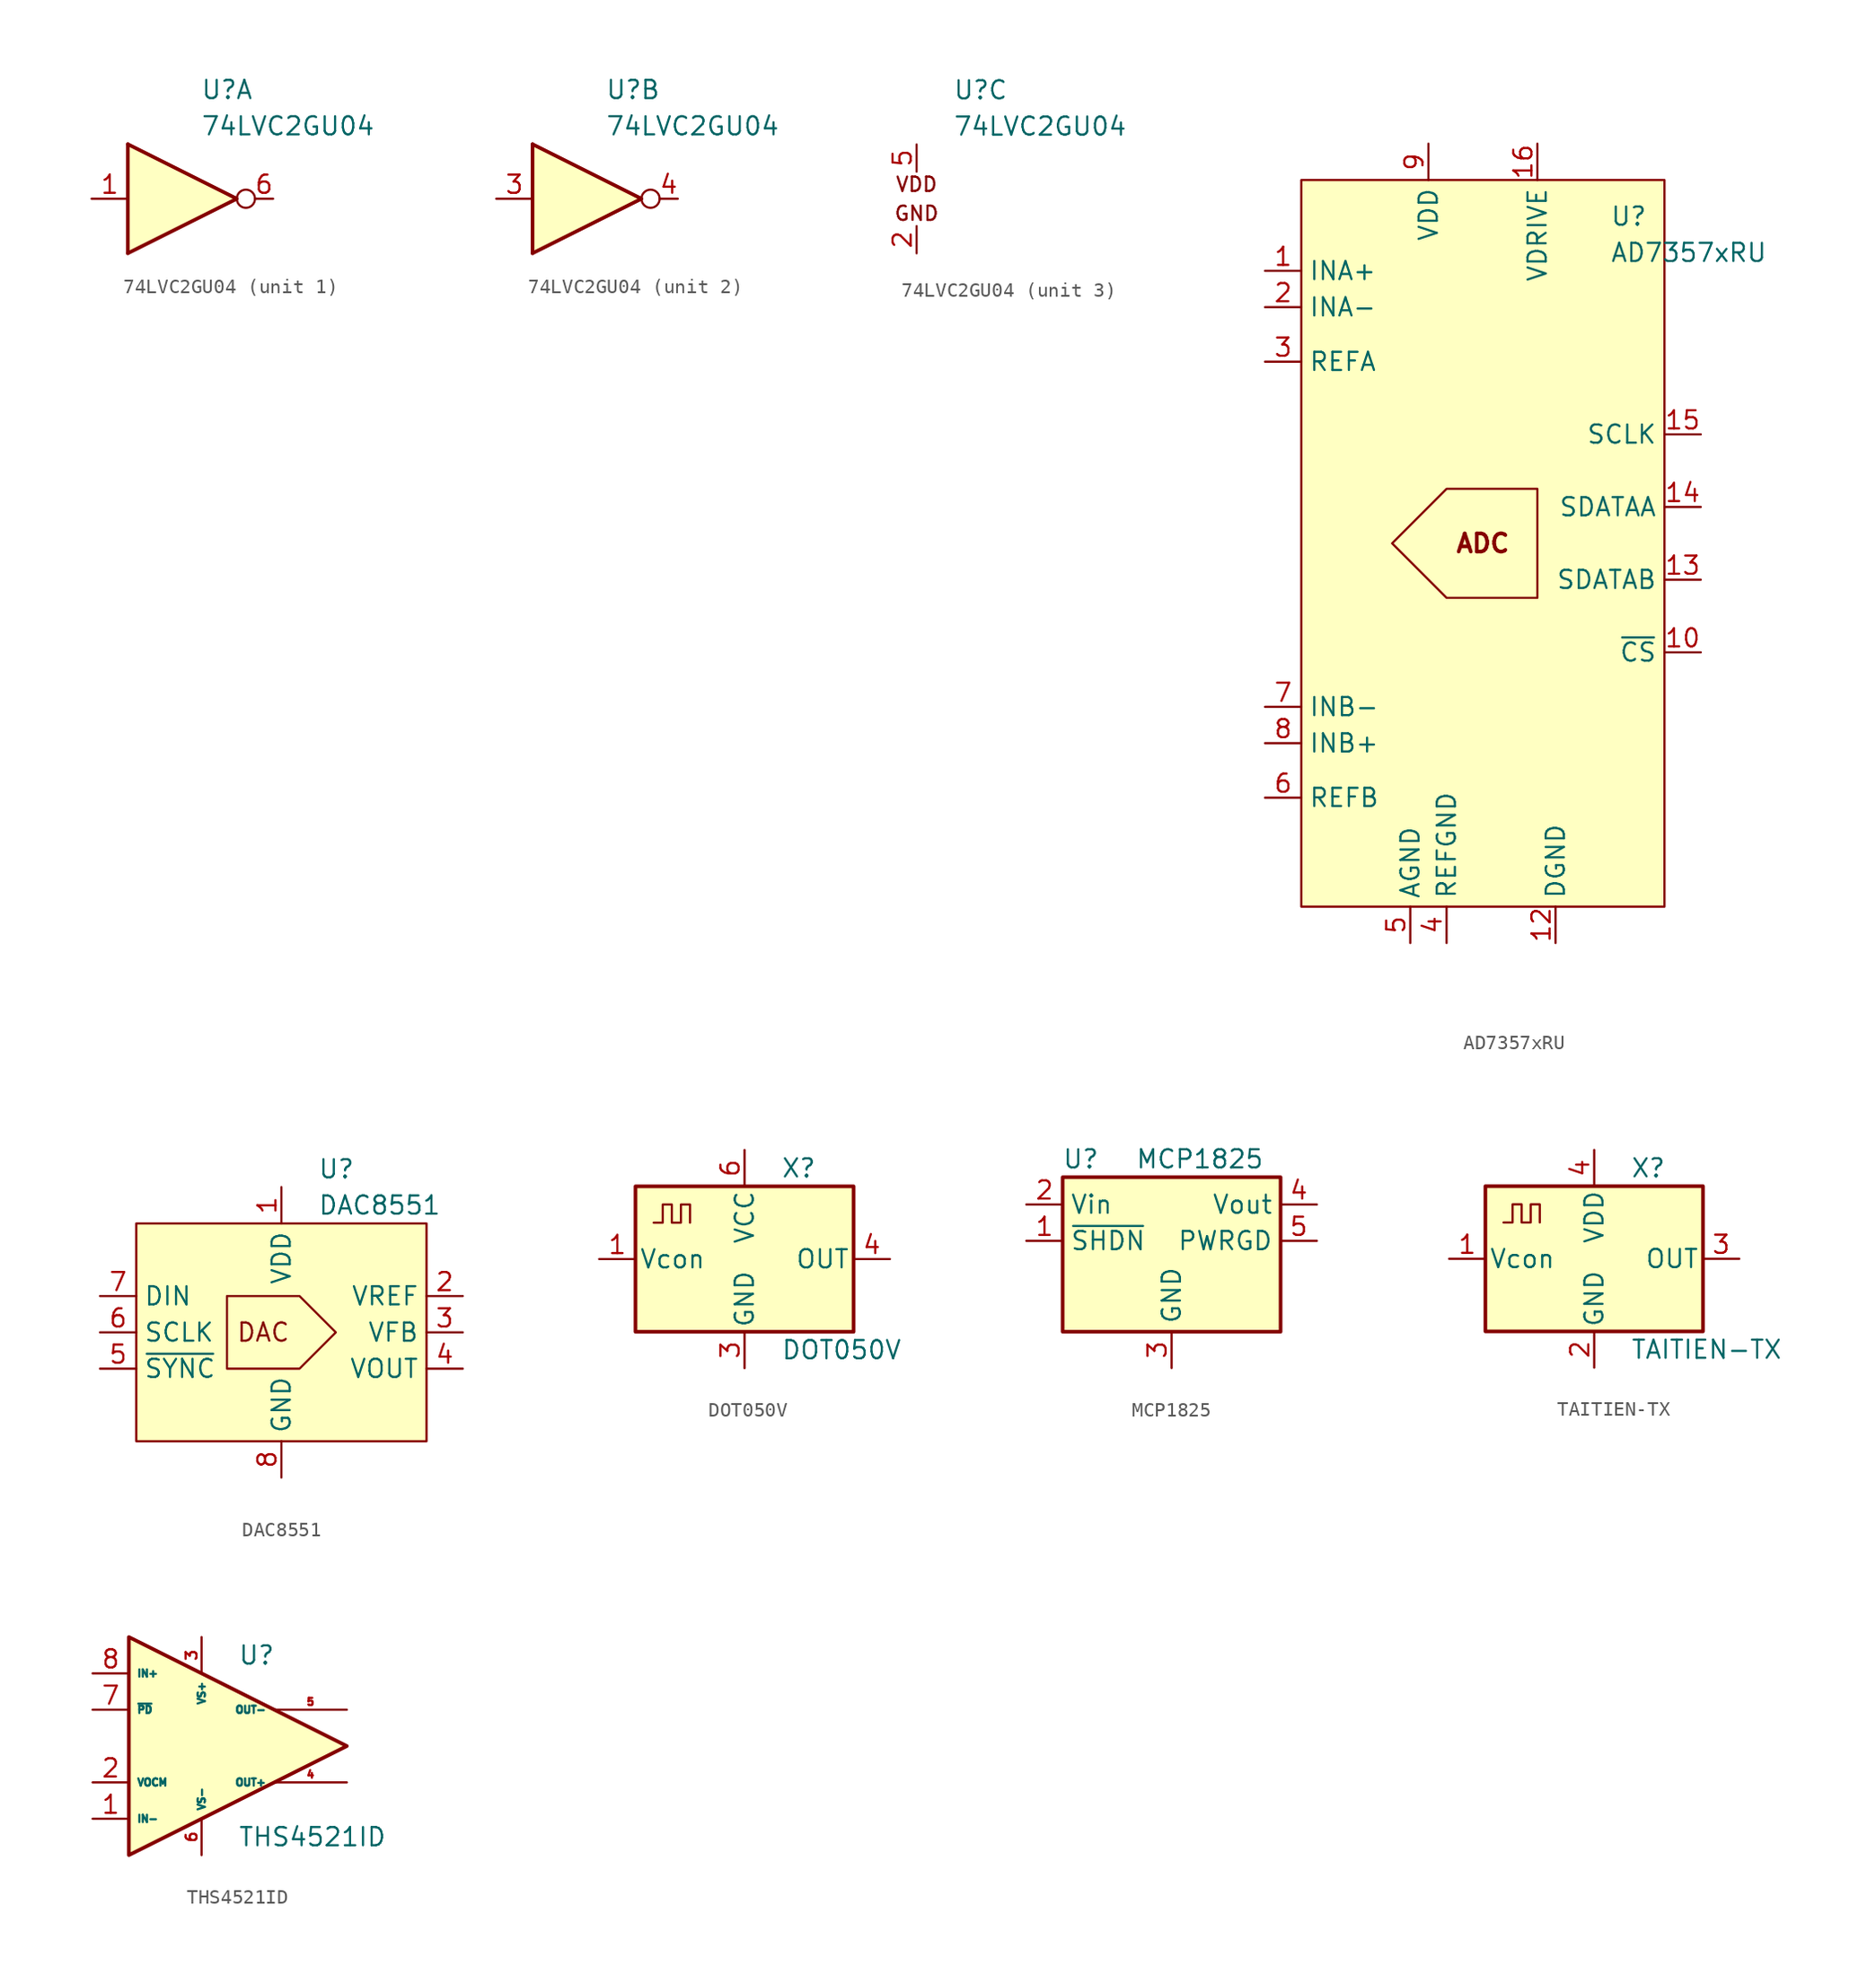
<source format=kicad_sym>
(kicad_symbol_lib
  (version 20211014)
  (generator kicad_symbol_editor)
  (symbol "74LVC2GU04"
    (property "Reference" "U"
      (at 2.54 7.62 0)
      (effects (font (size 1.27 1.27)) (justify left)))
    (property "Value" "74LVC2GU04"
      (at 2.54 5.08 0)
      (effects (font (size 1.27 1.27)) (justify left)))
    (property "ki_locked" ""
      (at 0 0 0)
      (effects (font (size 1.27 1.27))))
    (symbol "74LVC2GU04_1_1"
      (rectangle (start -2.54 3.81) (end -2.54 -3.81) (stroke (width 0.254) (type default) (color 0 0 0 0)) (fill (type background)))
      (polyline (pts (xy -2.54 -3.81) (xy 5.08 0) (xy -2.54 3.81)) (stroke (width 0.254) (type default) (color 0 0 0 0)) (fill (type background)))
      (circle (center 5.715 0) (radius 0.635) (stroke (width 0) (type default) (color 0 0 0 0)) (fill (type none)))
      (pin input line (at -5.08 0 0) (length 2.54) (name "~" (effects (font (size 1.27 1.27)))) (number "1" (effects (font (size 1.27 1.27)))))
      (pin output line (at 7.62 0 180) (length 1.27) (name "~" (effects (font (size 1.27 1.27)))) (number "6" (effects (font (size 1.27 1.27))))))
    (symbol "74LVC2GU04_2_1"
      (rectangle (start -2.54 3.81) (end -2.54 -3.81) (stroke (width 0.254) (type default) (color 0 0 0 0)) (fill (type background)))
      (polyline (pts (xy -2.54 -3.81) (xy 5.08 0) (xy -2.54 3.81)) (stroke (width 0.254) (type default) (color 0 0 0 0)) (fill (type background)))
      (circle (center 5.715 0) (radius 0.635) (stroke (width 0) (type default) (color 0 0 0 0)) (fill (type none)))
      (pin input line (at -5.08 0 0) (length 2.54) (name "~" (effects (font (size 1.27 1.27)))) (number "3" (effects (font (size 1.27 1.27)))))
      (pin output line (at 7.62 0 180) (length 1.27) (name "~" (effects (font (size 1.27 1.27)))) (number "4" (effects (font (size 1.27 1.27))))))
    (symbol "74LVC2GU04_3_0"
      (text "GND" (at 0 -1.016 0) (effects (font (size 1 1))))
      (text "VDD" (at 0 1.016 0) (effects (font (size 1 1)))))
    (symbol "74LVC2GU04_3_1"
      (pin power_in line (at 0 -3.81 90) (length 1.905) (name "~" (effects (font (size 0.635 0.635)))) (number "2" (effects (font (size 1.27 1.27)))))
      (pin power_in line (at 0 3.81 270) (length 1.905) (name "~" (effects (font (size 0.635 0.635)))) (number "5" (effects (font (size 1.27 1.27)))))))
  (symbol "AD7357xRU"
    (property "Reference" "U"
      (at 8.89 22.86 0)
      (effects (font (size 1.27 1.27)) (justify left)))
    (property "Value" "AD7357xRU"
      (at 8.89 20.32 0)
      (effects (font (size 1.27 1.27)) (justify left)))
    (symbol "AD7357xRU_0_0"
      (text "ADC" (at 0 0 0) (effects (font (size 1.27 1.27) bold))))
    (symbol "AD7357xRU_0_1"
      (rectangle (start -12.7 25.4) (end 12.7 -25.4) (stroke (width 0) (type default) (color 0 0 0 0)) (fill (type background)))
      (polyline (pts (xy -6.35 0) (xy -2.54 3.81) (xy 3.81 3.81) (xy 3.81 -3.81) (xy -2.54 -3.81) (xy -6.35 0)) (stroke (width 0) (type default) (color 0 0 0 0)) (fill (type none))))
    (symbol "AD7357xRU_1_1"
      (pin input line (at -15.24 19.05 0) (length 2.54) (name "INA+" (effects (font (size 1.27 1.27)))) (number "1" (effects (font (size 1.27 1.27)))))
      (pin input line (at 15.24 -7.62 180) (length 2.54) (name "~{CS}" (effects (font (size 1.27 1.27)))) (number "10" (effects (font (size 1.27 1.27)))))
      (pin power_in line (at -5.08 -27.94 90) (length 2.54) hide (name "AGND" (effects (font (size 1.27 1.27)))) (number "11" (effects (font (size 1.27 1.27)))))
      (pin power_in line (at 5.08 -27.94 90) (length 2.54) (name "DGND" (effects (font (size 1.27 1.27)))) (number "12" (effects (font (size 1.27 1.27)))))
      (pin output line (at 15.24 -2.54 180) (length 2.54) (name "SDATAB" (effects (font (size 1.27 1.27)))) (number "13" (effects (font (size 1.27 1.27)))))
      (pin output line (at 15.24 2.54 180) (length 2.54) (name "SDATAA" (effects (font (size 1.27 1.27)))) (number "14" (effects (font (size 1.27 1.27)))))
      (pin input line (at 15.24 7.62 180) (length 2.54) (name "SCLK" (effects (font (size 1.27 1.27)))) (number "15" (effects (font (size 1.27 1.27)))))
      (pin power_in line (at 3.81 27.94 270) (length 2.54) (name "VDRIVE" (effects (font (size 1.27 1.27)))) (number "16" (effects (font (size 1.27 1.27)))))
      (pin input line (at -15.24 16.51 0) (length 2.54) (name "INA-" (effects (font (size 1.27 1.27)))) (number "2" (effects (font (size 1.27 1.27)))))
      (pin bidirectional line (at -15.24 12.7 0) (length 2.54) (name "REFA" (effects (font (size 1.27 1.27)))) (number "3" (effects (font (size 1.27 1.27)))))
      (pin power_in line (at -2.54 -27.94 90) (length 2.54) (name "REFGND" (effects (font (size 1.27 1.27)))) (number "4" (effects (font (size 1.27 1.27)))))
      (pin power_in line (at -5.08 -27.94 90) (length 2.54) (name "AGND" (effects (font (size 1.27 1.27)))) (number "5" (effects (font (size 1.27 1.27)))))
      (pin bidirectional line (at -15.24 -17.78 0) (length 2.54) (name "REFB" (effects (font (size 1.27 1.27)))) (number "6" (effects (font (size 1.27 1.27)))))
      (pin input line (at -15.24 -11.43 0) (length 2.54) (name "INB-" (effects (font (size 1.27 1.27)))) (number "7" (effects (font (size 1.27 1.27)))))
      (pin input line (at -15.24 -13.97 0) (length 2.54) (name "INB+" (effects (font (size 1.27 1.27)))) (number "8" (effects (font (size 1.27 1.27)))))
      (pin power_in line (at -3.81 27.94 270) (length 2.54) (name "VDD" (effects (font (size 1.27 1.27)))) (number "9" (effects (font (size 1.27 1.27)))))))
  (symbol "DAC8551"
    (property "Reference" "U"
      (at 2.54 11.43 0)
      (effects (font (size 1.27 1.27)) (justify left)))
    (property "Value" "DAC8551"
      (at 2.54 8.89 0)
      (effects (font (size 1.27 1.27)) (justify left)))
    (symbol "DAC8551_0_0"
      (text "DAC" (at -1.27 0 0) (effects (font (size 1.27 1.27)))))
    (symbol "DAC8551_0_1"
      (rectangle (start -10.16 7.62) (end 10.16 -7.62) (stroke (width 0) (type default) (color 0 0 0 0)) (fill (type background)))
      (polyline (pts (xy -3.81 2.54) (xy -3.81 -2.54) (xy 1.27 -2.54) (xy 3.81 0) (xy 1.27 2.54) (xy -3.81 2.54)) (stroke (width 0) (type default) (color 0 0 0 0)) (fill (type none))))
    (symbol "DAC8551_1_1"
      (pin power_in line (at 0 10.16 270) (length 2.54) (name "VDD" (effects (font (size 1.27 1.27)))) (number "1" (effects (font (size 1.27 1.27)))))
      (pin input line (at 12.7 2.54 180) (length 2.54) (name "VREF" (effects (font (size 1.27 1.27)))) (number "2" (effects (font (size 1.27 1.27)))))
      (pin input line (at 12.7 0 180) (length 2.54) (name "VFB" (effects (font (size 1.27 1.27)))) (number "3" (effects (font (size 1.27 1.27)))))
      (pin output line (at 12.7 -2.54 180) (length 2.54) (name "VOUT" (effects (font (size 1.27 1.27)))) (number "4" (effects (font (size 1.27 1.27)))))
      (pin input line (at -12.7 -2.54 0) (length 2.54) (name "~{SYNC}" (effects (font (size 1.27 1.27)))) (number "5" (effects (font (size 1.27 1.27)))))
      (pin input line (at -12.7 0 0) (length 2.54) (name "SCLK" (effects (font (size 1.27 1.27)))) (number "6" (effects (font (size 1.27 1.27)))))
      (pin input line (at -12.7 2.54 0) (length 2.54) (name "DIN" (effects (font (size 1.27 1.27)))) (number "7" (effects (font (size 1.27 1.27)))))
      (pin power_in line (at 0 -10.16 90) (length 2.54) (name "GND" (effects (font (size 1.27 1.27)))) (number "8" (effects (font (size 1.27 1.27)))))))
  (symbol "DOT050V"
    (pin_names
      (offset 0.254))
    (property "Reference" "X"
      (at 2.54 6.35 0)
      (effects (font (size 1.27 1.27)) (justify left)))
    (property "Value" "DOT050V"
      (at 2.54 -6.35 0)
      (effects (font (size 1.27 1.27)) (justify left)))
    (symbol "DOT050V_0_1"
      (rectangle (start -7.62 5.08) (end 7.62 -5.08) (stroke (width 0.254) (type default) (color 0 0 0 0)) (fill (type background)))
      (polyline (pts (xy -6.35 2.54) (xy -5.715 2.54) (xy -5.715 3.81) (xy -5.08 3.81) (xy -5.08 2.54) (xy -4.445 2.54) (xy -4.445 3.81) (xy -3.81 3.81) (xy -3.81 2.54)) (stroke (width 0) (type default) (color 0 0 0 0)) (fill (type none))))
    (symbol "DOT050V_1_1"
      (pin input line (at -10.16 0 0) (length 2.54) (name "Vcon" (effects (font (size 1.27 1.27)))) (number "1" (effects (font (size 1.27 1.27)))))
      (pin power_in line (at 0 -7.62 90) (length 2.54) (name "GND" (effects (font (size 1.27 1.27)))) (number "3" (effects (font (size 1.27 1.27)))))
      (pin output line (at 10.16 0 180) (length 2.54) (name "OUT" (effects (font (size 1.27 1.27)))) (number "4" (effects (font (size 1.27 1.27)))))
      (pin power_in line (at 0 7.62 270) (length 2.54) (name "VCC" (effects (font (size 1.27 1.27)))) (number "6" (effects (font (size 1.27 1.27)))))))
  (symbol "MCP1825"
    (property "Reference" "U"
      (at -6.35 3.175 0)
      (effects (font (size 1.27 1.27))))
    (property "Value" "MCP1825"
      (at -2.54 3.175 0)
      (effects (font (size 1.27 1.27)) (justify left)))
    (symbol "MCP1825_0_1"
      (rectangle (start -7.62 1.905) (end 7.62 -8.89) (stroke (width 0.254) (type default) (color 0 0 0 0)) (fill (type background))))
    (symbol "MCP1825_1_1"
      (pin input line (at -10.16 -2.54 0) (length 2.54) (name "~{SHDN}" (effects (font (size 1.27 1.27)))) (number "1" (effects (font (size 1.27 1.27)))))
      (pin power_in line (at -10.16 0 0) (length 2.54) (name "Vin" (effects (font (size 1.27 1.27)))) (number "2" (effects (font (size 1.27 1.27)))))
      (pin power_in line (at 0 -11.43 90) (length 2.54) (name "GND" (effects (font (size 1.27 1.27)))) (number "3" (effects (font (size 1.27 1.27)))))
      (pin power_out line (at 10.16 0 180) (length 2.54) (name "Vout" (effects (font (size 1.27 1.27)))) (number "4" (effects (font (size 1.27 1.27)))))
      (pin output line (at 10.16 -2.54 180) (length 2.54) (name "PWRGD" (effects (font (size 1.27 1.27)))) (number "5" (effects (font (size 1.27 1.27)))))
      (pin power_in line (at 0 -11.43 90) (length 2.54) hide (name "GND" (effects (font (size 1.27 1.27)))) (number "6" (effects (font (size 1.27 1.27)))))))
  (symbol "TAITIEN-TX"
    (pin_names
      (offset 0.254))
    (property "Reference" "X"
      (at 2.54 6.35 0)
      (effects (font (size 1.27 1.27)) (justify left)))
    (property "Value" "TAITIEN-TX"
      (at 2.54 -6.35 0)
      (effects (font (size 1.27 1.27)) (justify left)))
    (symbol "TAITIEN-TX_0_1"
      (rectangle (start -7.62 5.08) (end 7.62 -5.08) (stroke (width 0.254) (type default) (color 0 0 0 0)) (fill (type background)))
      (polyline (pts (xy -6.35 2.54) (xy -5.715 2.54) (xy -5.715 3.81) (xy -5.08 3.81) (xy -5.08 2.54) (xy -4.445 2.54) (xy -4.445 3.81) (xy -3.81 3.81) (xy -3.81 2.54)) (stroke (width 0) (type default) (color 0 0 0 0)) (fill (type none))))
    (symbol "TAITIEN-TX_1_1"
      (pin input line (at -10.16 0 0) (length 2.54) (name "Vcon" (effects (font (size 1.27 1.27)))) (number "1" (effects (font (size 1.27 1.27)))))
      (pin power_in line (at 0 -7.62 90) (length 2.54) (name "GND" (effects (font (size 1.27 1.27)))) (number "2" (effects (font (size 1.27 1.27)))))
      (pin output line (at 10.16 0 180) (length 2.54) (name "OUT" (effects (font (size 1.27 1.27)))) (number "3" (effects (font (size 1.27 1.27)))))
      (pin power_in line (at 0 7.62 270) (length 2.54) (name "VDD" (effects (font (size 1.27 1.27)))) (number "4" (effects (font (size 1.27 1.27)))))))
  (symbol "THS4521ID"
    (property "Reference" "U"
      (at 0 6.35 0)
      (effects (font (size 1.27 1.27)) (justify left)))
    (property "Value" "THS4521ID"
      (at 0 -6.35 0)
      (effects (font (size 1.27 1.27)) (justify left)))
    (symbol "THS4521ID_1_1"
      (polyline (pts (xy -7.62 7.62) (xy -7.62 -7.62) (xy 7.62 0) (xy -7.62 7.62)) (stroke (width 0.254) (type default) (color 0 0 0 0)) (fill (type background)))
      (pin input line (at -10.16 -5.08 0) (length 2.54) (name "IN-" (effects (font (size 0.508 0.508)))) (number "1" (effects (font (size 1.27 1.27)))))
      (pin input line (at -10.16 -2.54 0) (length 2.54) (name "VOCM" (effects (font (size 0.508 0.508)))) (number "2" (effects (font (size 1.27 1.27)))))
      (pin power_in line (at -2.54 7.62 270) (length 2.54) (name "VS+" (effects (font (size 0.508 0.508)))) (number "3" (effects (font (size 0.762 0.762)))))
      (pin output line (at 7.62 -2.54 180) (length 5.08) (name "OUT+" (effects (font (size 0.508 0.508)))) (number "4" (effects (font (size 0.508 0.508)))))
      (pin output line (at 7.62 2.54 180) (length 5.08) (name "OUT-" (effects (font (size 0.508 0.508)))) (number "5" (effects (font (size 0.508 0.508)))))
      (pin power_in line (at -2.54 -7.62 90) (length 2.54) (name "VS-" (effects (font (size 0.508 0.508)))) (number "6" (effects (font (size 0.762 0.762)))))
      (pin input line (at -10.16 2.54 0) (length 2.54) (name "~{PD}" (effects (font (size 0.508 0.508)))) (number "7" (effects (font (size 1.27 1.27)))))
      (pin input line (at -10.16 5.08 0) (length 2.54) (name "IN+" (effects (font (size 0.508 0.508)))) (number "8" (effects (font (size 1.27 1.27))))))))
</source>
